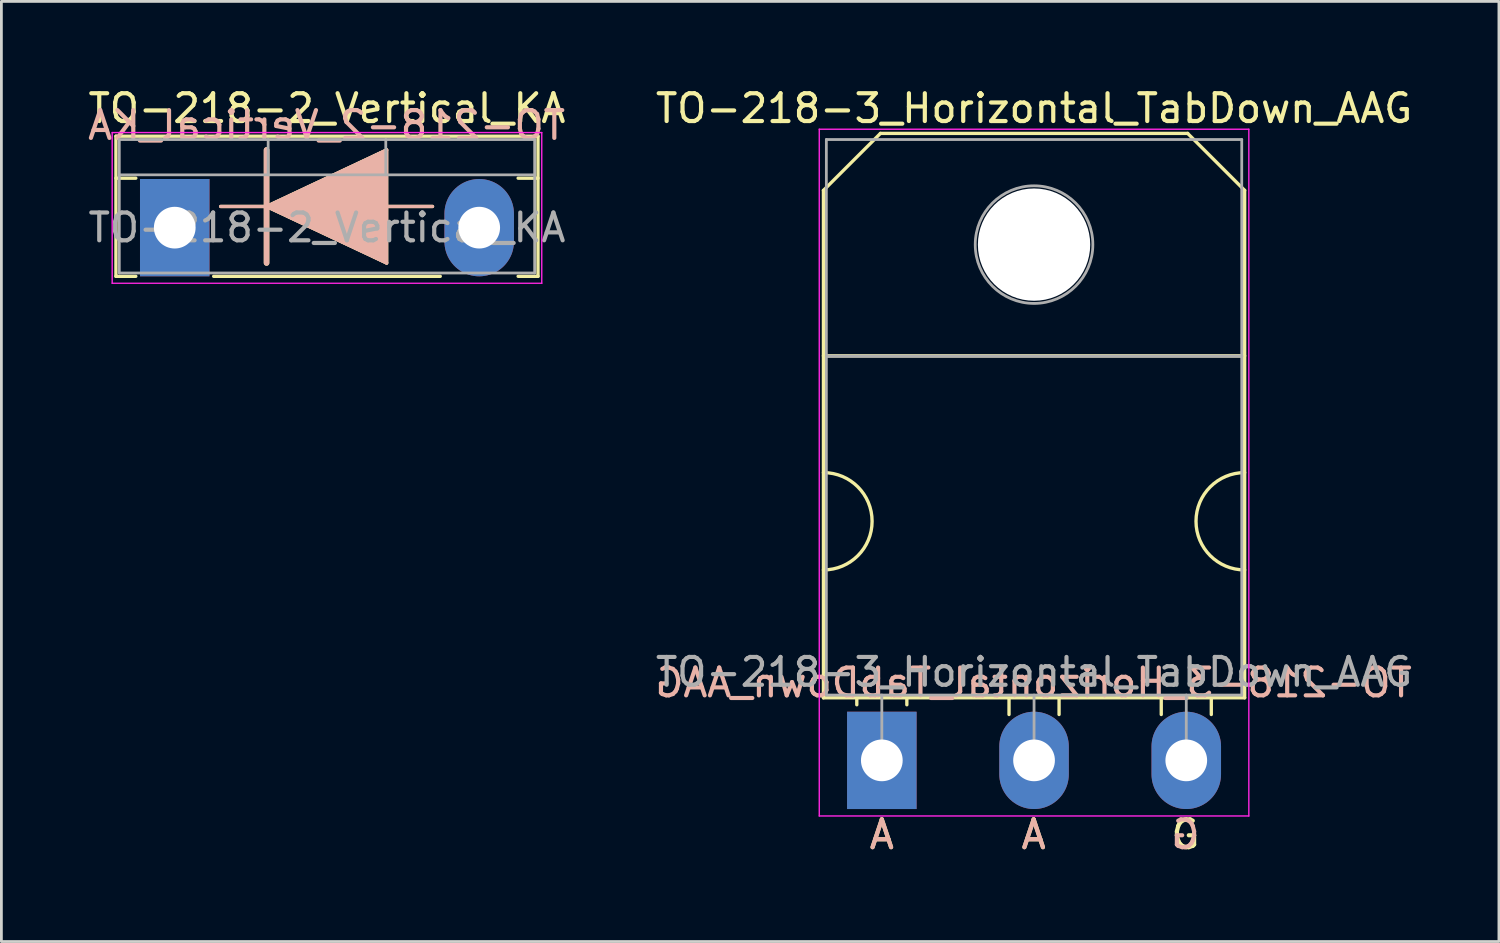
<source format=kicad_pcb>
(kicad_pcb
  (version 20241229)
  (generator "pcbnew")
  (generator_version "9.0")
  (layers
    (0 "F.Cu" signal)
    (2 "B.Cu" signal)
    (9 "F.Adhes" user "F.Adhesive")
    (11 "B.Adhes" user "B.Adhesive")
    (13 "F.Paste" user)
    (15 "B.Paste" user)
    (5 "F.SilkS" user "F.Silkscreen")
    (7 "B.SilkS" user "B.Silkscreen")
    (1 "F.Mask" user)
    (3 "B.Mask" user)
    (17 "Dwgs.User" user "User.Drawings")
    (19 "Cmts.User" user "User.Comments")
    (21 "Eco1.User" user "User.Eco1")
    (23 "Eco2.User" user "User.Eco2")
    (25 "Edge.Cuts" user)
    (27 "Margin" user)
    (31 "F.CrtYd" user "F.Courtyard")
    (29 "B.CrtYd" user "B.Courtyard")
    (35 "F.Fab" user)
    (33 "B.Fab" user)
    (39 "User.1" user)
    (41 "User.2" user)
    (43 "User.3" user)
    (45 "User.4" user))
  (footprint "TO-218-3_Horizontal_TabDown_AAG"
    (layer "F.Cu")
    (at 28.666 24.298)
    (property "Reference" "TO-218-3_Horizontal_TabDown_AAG" (at 5.475 -23.45 0) (layer "F.SilkS") (effects (font (size 1 1) (thickness 0.15))))
    (fp_line (start -2.1 -20.5) (end -0.05 -22.55) (stroke (width 0.12) (type solid)) (layer "F.SilkS"))
    (fp_line (start -2.1 -14.55) (end 13.05 -14.55) (stroke (width 0.12) (type solid)) (layer "F.SilkS"))
    (fp_line (start -2.1 -2.25) (end -2.1 -20.5) (stroke (width 0.12) (type solid)) (layer "F.SilkS"))
    (fp_line (start -0.9 -2.2) (end -0.9 -2) (stroke (width 0.12) (type solid)) (layer "F.SilkS"))
    (fp_line (start -0.05 -22.55) (end 11 -22.55) (stroke (width 0.12) (type solid)) (layer "F.SilkS"))
    (fp_line (start 0.9 -2.2) (end 0.9 -2) (stroke (width 0.12) (type solid)) (layer "F.SilkS"))
    (fp_line (start 4.575 -2.2) (end 4.575 -1.65) (stroke (width 0.12) (type solid)) (layer "F.SilkS"))
    (fp_line (start 6.375 -2.2) (end 6.375 -1.65) (stroke (width 0.12) (type solid)) (layer "F.SilkS"))
    (fp_line (start 10.05 -2.2) (end 10.05 -1.65) (stroke (width 0.12) (type solid)) (layer "F.SilkS"))
    (fp_line (start 11.85 -2.2) (end 11.85 -1.65) (stroke (width 0.12) (type solid)) (layer "F.SilkS"))
    (fp_line (start 13.05 -20.5) (end 11 -22.55) (stroke (width 0.12) (type solid)) (layer "F.SilkS"))
    (fp_line (start 13.05 -20.5) (end 13.05 -2.25) (stroke (width 0.12) (type solid)) (layer "F.SilkS"))
    (fp_line (start 13.05 -2.25) (end -2.1 -2.25) (stroke (width 0.12) (type solid)) (layer "F.SilkS"))
    (fp_arc (start -2.1 -10.35) (mid -0.35 -8.6) (end -2.1 -6.85) (stroke (width 0.12) (type solid)) (layer "F.SilkS"))
    (fp_arc (start 13.05 -6.85) (mid 11.3 -8.6) (end 13.05 -10.35) (stroke (width 0.12) (type solid)) (layer "F.SilkS"))
    (fp_line (start -2.25 -22.7) (end -2.25 2) (stroke (width 0.05) (type solid)) (layer "F.CrtYd"))
    (fp_line (start -2.25 2) (end 13.2 2) (stroke (width 0.05) (type solid)) (layer "F.CrtYd"))
    (fp_line (start 13.2 -22.7) (end -2.25 -22.7) (stroke (width 0.05) (type solid)) (layer "F.CrtYd"))
    (fp_line (start 13.2 2) (end 13.2 -22.7) (stroke (width 0.05) (type solid)) (layer "F.CrtYd"))
    (fp_line (start -1.995 -22.33) (end 12.945 -22.33) (stroke (width 0.1) (type solid)) (layer "F.Fab"))
    (fp_line (start -1.995 -14.54) (end -1.995 -22.33) (stroke (width 0.1) (type solid)) (layer "F.Fab"))
    (fp_line (start -1.995 -14.54) (end 12.945 -14.54) (stroke (width 0.1) (type solid)) (layer "F.Fab"))
    (fp_line (start -1.995 -2.35) (end -1.995 -14.54) (stroke (width 0.1) (type solid)) (layer "F.Fab"))
    (fp_line (start 0 -2.35) (end 0 0) (stroke (width 0.1) (type solid)) (layer "F.Fab"))
    (fp_line (start 5.475 -2.35) (end 5.475 0) (stroke (width 0.1) (type solid)) (layer "F.Fab"))
    (fp_line (start 10.95 -2.35) (end 10.95 0) (stroke (width 0.1) (type solid)) (layer "F.Fab"))
    (fp_line (start 12.945 -22.33) (end 12.945 -14.54) (stroke (width 0.1) (type solid)) (layer "F.Fab"))
    (fp_line (start 12.945 -14.54) (end -1.995 -14.54) (stroke (width 0.1) (type solid)) (layer "F.Fab"))
    (fp_line (start 12.945 -14.54) (end 12.945 -2.35) (stroke (width 0.1) (type solid)) (layer "F.Fab"))
    (fp_line (start 12.945 -2.35) (end -1.995 -2.35) (stroke (width 0.1) (type solid)) (layer "F.Fab"))
    (fp_circle (center 5.475 -18.55) (end 7.59 -18.55) (stroke (width 0.1) (type solid)) (fill no) (layer "F.Fab"))
    (fp_text user "A" (at 5.461 2.667 0) (unlocked yes) (layer "F.SilkS") (effects (font (size 1 1) (thickness 0.15))))
    (fp_text user "G" (at 10.922 2.667 0) (unlocked yes) (layer "F.SilkS") (effects (font (size 1 1) (thickness 0.15))))
    (fp_text user "A" (at 0 2.667 0) (unlocked yes) (layer "F.SilkS") (effects (font (size 1 1) (thickness 0.15))))
    (fp_text user "${REFERENCE}" (at 5.461 -2.794 0) (layer "B.SilkS") (effects (font (size 1 1) (thickness 0.15)) (justify mirror)))
    (fp_text user "G" (at 10.922 2.667 0) (unlocked yes) (layer "B.SilkS") (effects (font (size 1 1) (thickness 0.15)) (justify mirror)))
    (fp_text user "A" (at 0 2.667 0) (unlocked yes) (layer "B.SilkS") (effects (font (size 1 1) (thickness 0.15)) (justify mirror)))
    (fp_text user "A" (at 5.461 2.667 0) (unlocked yes) (layer "B.SilkS") (effects (font (size 1 1) (thickness 0.15)) (justify mirror)))
    (fp_text user "${REFERENCE}" (at 5.475 -3.175 0) (layer "F.Fab") (effects (font (size 1 1) (thickness 0.15))))
    (pad "" np_thru_hole oval (at 5.475 -18.55) (size 4.04 4.04) (drill 4.04) (layers "*.Cu" "*.Mask"))
    (pad "1" thru_hole rect (at 0 0) (size 2.5 3.5) (drill 1.5) (layers "*.Cu" "*.Mask"))
    (pad "2" thru_hole oval (at 5.475 0) (size 2.5 3.5) (drill 1.5) (layers "*.Cu" "*.Mask"))
    (pad "3" thru_hole oval (at 10.95 0) (size 2.5 3.5) (drill 1.5) (layers "*.Cu" "*.Mask")))
  (footprint "TO-218-2_Vertical_KA"
    (layer "F.Cu")
    (at 3.235 5.138)
    (property "Reference" "TO-218-2_Vertical_KA" (at 5.475 -4.29 0) (layer "F.SilkS") (effects (font (size 1 1) (thickness 0.15))))
    (fp_line (start -2.115 -3.29) (end -2.115 1.75) (stroke (width 0.12) (type solid)) (layer "F.SilkS"))
    (fp_line (start -2.115 -3.29) (end 13.065 -3.29) (stroke (width 0.12) (type solid)) (layer "F.SilkS"))
    (fp_line (start -2.115 -1.78) (end -1.4 -1.78) (stroke (width 0.12) (type solid)) (layer "F.SilkS"))
    (fp_line (start -2.115 1.75) (end -1.4 1.75) (stroke (width 0.12) (type solid)) (layer "F.SilkS"))
    (fp_line (start 1.4 1.75) (end 9.55 1.75) (stroke (width 0.12) (type solid)) (layer "F.SilkS"))
    (fp_line (start 1.651 -0.762) (end 3.302 -0.762) (stroke (width 0.12) (type solid)) (layer "F.SilkS"))
    (fp_line (start 3.302 -0.762) (end 3.302 -2.794) (stroke (width 0.2) (type solid)) (layer "F.SilkS"))
    (fp_line (start 3.302 -0.762) (end 7.62 -2.794) (stroke (width 0.12) (type solid)) (layer "F.SilkS"))
    (fp_line (start 3.302 1.27) (end 3.302 -0.762) (stroke (width 0.2) (type solid)) (layer "F.SilkS"))
    (fp_line (start 7.62 -2.794) (end 7.62 1.27) (stroke (width 0.12) (type solid)) (layer "F.SilkS"))
    (fp_line (start 7.62 -0.762) (end 9.271 -0.762) (stroke (width 0.12) (type solid)) (layer "F.SilkS"))
    (fp_line (start 7.62 1.27) (end 3.302 -0.762) (stroke (width 0.12) (type solid)) (layer "F.SilkS"))
    (fp_line (start 12.35 -1.78) (end 13.065 -1.78) (stroke (width 0.12) (type solid)) (layer "F.SilkS"))
    (fp_line (start 12.35 1.75) (end 13.065 1.75) (stroke (width 0.12) (type solid)) (layer "F.SilkS"))
    (fp_line (start 13.065 -3.29) (end 13.065 1.75) (stroke (width 0.12) (type solid)) (layer "F.SilkS"))
    (fp_poly (pts (xy 7.62 1.27) (xy 3.302 -0.762) (xy 7.62 -2.794)) (stroke (width 0.1) (type solid)) (fill yes) (layer "F.SilkS"))
    (fp_line (start 1.651 -0.762) (end 3.302 -0.762) (stroke (width 0.12) (type solid)) (layer "B.SilkS"))
    (fp_line (start 3.302 -2.794) (end 3.302 -0.762) (stroke (width 0.2) (type solid)) (layer "B.SilkS"))
    (fp_line (start 3.302 -0.762) (end 3.302 1.27) (stroke (width 0.2) (type solid)) (layer "B.SilkS"))
    (fp_line (start 3.302 -0.762) (end 7.62 1.27) (stroke (width 0.12) (type solid)) (layer "B.SilkS"))
    (fp_line (start 7.62 -2.794) (end 3.302 -0.762) (stroke (width 0.12) (type solid)) (layer "B.SilkS"))
    (fp_line (start 7.62 -0.762) (end 9.271 -0.762) (stroke (width 0.12) (type solid)) (layer "B.SilkS"))
    (fp_line (start 7.62 1.27) (end 7.62 -2.794) (stroke (width 0.12) (type solid)) (layer "B.SilkS"))
    (fp_poly (pts (xy 7.62 -2.794) (xy 3.302 -0.762) (xy 7.62 1.27)) (stroke (width 0.1) (type solid)) (fill yes) (layer "B.SilkS"))
    (fp_line (start -2.25 -3.42) (end -2.25 2) (stroke (width 0.05) (type solid)) (layer "F.CrtYd"))
    (fp_line (start -2.25 2) (end 13.2 2) (stroke (width 0.05) (type solid)) (layer "F.CrtYd"))
    (fp_line (start 13.2 -3.42) (end -2.25 -3.42) (stroke (width 0.05) (type solid)) (layer "F.CrtYd"))
    (fp_line (start 13.2 2) (end 13.2 -3.42) (stroke (width 0.05) (type solid)) (layer "F.CrtYd"))
    (fp_line (start -1.995 -3.17) (end -1.995 1.63) (stroke (width 0.1) (type solid)) (layer "F.Fab"))
    (fp_line (start -1.995 -1.9) (end 12.945 -1.9) (stroke (width 0.1) (type solid)) (layer "F.Fab"))
    (fp_line (start -1.995 1.63) (end 12.945 1.63) (stroke (width 0.1) (type solid)) (layer "F.Fab"))
    (fp_line (start 3.36 -3.17) (end 3.36 -1.9) (stroke (width 0.1) (type solid)) (layer "F.Fab"))
    (fp_line (start 7.59 -3.17) (end 7.59 -1.9) (stroke (width 0.1) (type solid)) (layer "F.Fab"))
    (fp_line (start 12.945 -3.17) (end -1.995 -3.17) (stroke (width 0.1) (type solid)) (layer "F.Fab"))
    (fp_line (start 12.945 1.63) (end 12.945 -3.17) (stroke (width 0.1) (type solid)) (layer "F.Fab"))
    (fp_text user "${REFERENCE}" (at 5.461 -3.683 0) (layer "B.SilkS") (effects (font (size 1 1) (thickness 0.15)) (justify mirror)))
    (fp_text user "${REFERENCE}" (at 5.475 0 0) (layer "F.Fab") (effects (font (size 1 1) (thickness 0.15))))
    (pad "1" thru_hole rect (at 0 0) (size 2.5 3.5) (drill 1.5) (layers "*.Cu" "*.Mask"))
    (pad "2" thru_hole oval (at 10.95 0) (size 2.5 3.5) (drill 1.5) (layers "*.Cu" "*.Mask")))
  (gr_rect
    (start -3 -3)
    (end 50.861 30.814)
    (stroke (width 0.1) (type default))
    (fill no)
    (layer "Edge.Cuts")))
</source>
